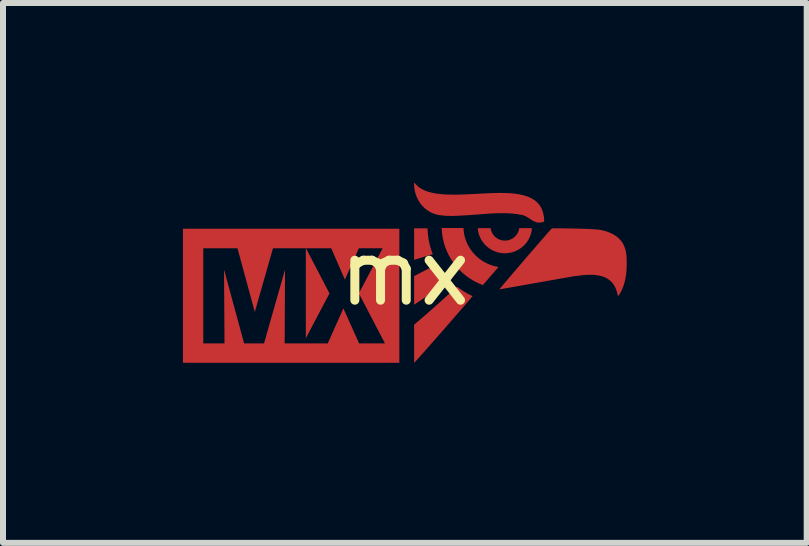
<source format=kicad_pcb>
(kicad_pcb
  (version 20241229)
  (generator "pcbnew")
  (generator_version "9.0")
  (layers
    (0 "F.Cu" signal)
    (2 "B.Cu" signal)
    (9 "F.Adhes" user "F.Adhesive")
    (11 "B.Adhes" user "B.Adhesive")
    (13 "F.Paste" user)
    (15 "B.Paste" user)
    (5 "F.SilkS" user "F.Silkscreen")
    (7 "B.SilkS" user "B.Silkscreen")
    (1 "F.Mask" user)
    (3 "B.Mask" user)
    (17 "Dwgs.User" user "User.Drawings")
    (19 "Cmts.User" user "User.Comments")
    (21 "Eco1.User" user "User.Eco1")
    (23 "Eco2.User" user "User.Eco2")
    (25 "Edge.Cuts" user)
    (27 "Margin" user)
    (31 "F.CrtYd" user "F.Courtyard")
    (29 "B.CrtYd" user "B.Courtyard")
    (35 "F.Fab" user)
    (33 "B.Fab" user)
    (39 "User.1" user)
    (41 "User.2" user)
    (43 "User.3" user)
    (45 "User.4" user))
  (footprint "mx"
    (layer "F.Cu")
    (at 3.699 1.5)
    (property "Reference" "mx" (at 0 0 0) (unlocked yes) (layer "F.SilkS") (effects (font (size 1 1) (thickness 0.15))))
    (attr smd)
    (fp_poly (pts (xy 0.567 -0.109) (xy 0.59 -0.075) (xy 0.613 -0.041) (xy 0.637 -0.008) (xy 0.662 0.025) (xy 0.689 0.056) (xy 0.716 0.087) (xy 0.744 0.117) (xy 0.598 0.221) (xy 0.454 0.325) (xy 0.381 0.376) (xy 0.308 0.428) (xy 0.232 0.479) (xy 0.155 0.53) (xy 0.155 0.053) (xy 0.351 -0.049) (xy 0.445 -0.096) (xy 0.546 -0.145)) (stroke (width -0.000001) (type solid)) (fill yes) (layer "F.Cu"))
    (fp_poly (pts (xy 0.9 0.252) (xy 0.931 0.274) (xy 0.963 0.295) (xy 0.995 0.315) (xy 1.028 0.335) (xy 1.061 0.353) (xy 1.096 0.37) (xy 1.13 0.387) (xy 0.958 0.588) (xy 0.647 0.946) (xy 0.334 1.302) (xy 0.219 1.431) (xy 0.155 1.5) (xy 0.155 0.864) (xy 0.336 0.708) (xy 0.516 0.55) (xy 0.693 0.39) (xy 0.87 0.229)) (stroke (width -0.000001) (type solid)) (fill yes) (layer "F.Cu"))
    (fp_poly (pts (xy 0.38 -0.714) (xy 0.382 -0.686) (xy 0.384 -0.658) (xy 0.387 -0.63) (xy 0.39 -0.602) (xy 0.394 -0.575) (xy 0.399 -0.547) (xy 0.404 -0.52) (xy 0.41 -0.493) (xy 0.417 -0.467) (xy 0.424 -0.44) (xy 0.431 -0.414) (xy 0.439 -0.388) (xy 0.448 -0.362) (xy 0.457 -0.336) (xy 0.466 -0.311) (xy 0.386 -0.288) (xy 0.314 -0.266) (xy 0.155 -0.218) (xy 0.155 -0.743) (xy 0.379 -0.743)) (stroke (width -0.000001) (type solid)) (fill yes) (layer "F.Cu"))
    (fp_poly (pts (xy -0.091 1.499) (xy -3.699 1.499) (xy -3.699 1.175) (xy -3.36 1.175) (xy -3.006 1.175) (xy -3.014 -0.042) (xy -3.01 -0.042) (xy -2.679 1.175) (xy -2.347 1.175) (xy -2.001 -0.042) (xy -1.997 -0.042) (xy -2.003 1.175) (xy -1.285 1.175) (xy -1.024 0.591) (xy -0.762 1.175) (xy -0.331 1.175) (xy -0.766 0.341) (xy -0.37 -0.411) (xy -0.766 -0.411) (xy -0.999 0.112) (xy -1.227 -0.411) (xy -1.648 -0.411) (xy -1.256 0.341) (xy -1.65 1.089) (xy -1.65 -0.411) (xy -2.198 -0.411) (xy -2.499 0.644) (xy -2.503 0.644) (xy -2.79 -0.411) (xy -3.36 -0.411) (xy -3.36 1.175) (xy -3.699 1.175) (xy -3.699 -0.737) (xy -0.091 -0.737)) (stroke (width -0.000001) (type solid)) (fill yes) (layer "F.Cu"))
    (fp_poly (pts (xy 0.98 -0.718) (xy 0.983 -0.688) (xy 0.987 -0.658) (xy 0.993 -0.628) (xy 1.001 -0.599) (xy 1.009 -0.571) (xy 1.019 -0.543) (xy 1.029 -0.515) (xy 1.041 -0.488) (xy 1.054 -0.462) (xy 1.069 -0.436) (xy 1.084 -0.411) (xy 1.1 -0.387) (xy 1.117 -0.363) (xy 1.135 -0.341) (xy 1.154 -0.319) (xy 1.174 -0.298) (xy 1.195 -0.277) (xy 1.217 -0.258) (xy 1.24 -0.239) (xy 1.263 -0.222) (xy 1.287 -0.205) (xy 1.312 -0.19) (xy 1.337 -0.175) (xy 1.363 -0.162) (xy 1.39 -0.149) (xy 1.418 -0.138) (xy 1.446 -0.128) (xy 1.474 -0.119) (xy 1.503 -0.111) (xy 1.533 -0.105) (xy 1.563 -0.1) (xy 1.301 0.203) (xy 1.229 0.173) (xy 1.159 0.139) (xy 1.093 0.099) (xy 1.03 0.055) (xy 0.97 0.006) (xy 0.914 -0.046) (xy 0.862 -0.103) (xy 0.815 -0.163) (xy 0.772 -0.227) (xy 0.733 -0.294) (xy 0.7 -0.364) (xy 0.671 -0.436) (xy 0.649 -0.511) (xy 0.631 -0.589) (xy 0.62 -0.668) (xy 0.614 -0.749) (xy 0.978 -0.749)) (stroke (width -0.000001) (type solid)) (fill yes) (layer "F.Cu"))
    (fp_poly (pts (xy 2.875 -0.739) (xy 3.002 -0.735) (xy 3.119 -0.73) (xy 3.213 -0.723) (xy 3.249 -0.719) (xy 3.276 -0.714) (xy 3.298 -0.709) (xy 3.319 -0.704) (xy 3.34 -0.698) (xy 3.36 -0.692) (xy 3.38 -0.685) (xy 3.4 -0.678) (xy 3.419 -0.67) (xy 3.437 -0.662) (xy 3.455 -0.653) (xy 3.473 -0.644) (xy 3.49 -0.634) (xy 3.506 -0.624) (xy 3.522 -0.613) (xy 3.537 -0.602) (xy 3.552 -0.59) (xy 3.566 -0.577) (xy 3.579 -0.564) (xy 3.592 -0.55) (xy 3.604 -0.536) (xy 3.616 -0.521) (xy 3.626 -0.505) (xy 3.636 -0.488) (xy 3.646 -0.471) (xy 3.654 -0.453) (xy 3.662 -0.434) (xy 3.669 -0.415) (xy 3.676 -0.394) (xy 3.681 -0.373) (xy 3.686 -0.352) (xy 3.69 -0.329) (xy 3.693 -0.306) (xy 3.696 -0.281) (xy 3.696 -0.281) (xy 3.699 -0.207) (xy 3.699 -0.133) (xy 3.699 -0.096) (xy 3.697 -0.059) (xy 3.694 -0.022) (xy 3.69 0.014) (xy 3.685 0.05) (xy 3.679 0.087) (xy 3.672 0.123) (xy 3.663 0.158) (xy 3.652 0.194) (xy 3.64 0.23) (xy 3.626 0.265) (xy 3.61 0.3) (xy 3.604 0.312) (xy 3.598 0.324) (xy 3.591 0.336) (xy 3.588 0.341) (xy 3.584 0.347) (xy 3.581 0.352) (xy 3.577 0.357) (xy 3.573 0.362) (xy 3.569 0.368) (xy 3.565 0.372) (xy 3.561 0.377) (xy 3.557 0.382) (xy 3.552 0.387) (xy 3.548 0.363) (xy 3.542 0.34) (xy 3.537 0.318) (xy 3.53 0.297) (xy 3.523 0.277) (xy 3.515 0.258) (xy 3.507 0.24) (xy 3.498 0.222) (xy 3.488 0.206) (xy 3.478 0.19) (xy 3.467 0.176) (xy 3.456 0.162) (xy 3.444 0.149) (xy 3.432 0.137) (xy 3.419 0.125) (xy 3.405 0.115) (xy 3.391 0.105) (xy 3.377 0.096) (xy 3.362 0.087) (xy 3.347 0.079) (xy 3.331 0.072) (xy 3.315 0.066) (xy 3.298 0.06) (xy 3.281 0.054) (xy 3.263 0.05) (xy 3.245 0.046) (xy 3.227 0.042) (xy 3.209 0.039) (xy 3.189 0.036) (xy 3.17 0.034) (xy 3.15 0.033) (xy 3.13 0.032) (xy 3.089 0.031) (xy 3.047 0.032) (xy 3.004 0.034) (xy 2.96 0.038) (xy 2.915 0.043) (xy 2.869 0.049) (xy 2.822 0.055) (xy 2.775 0.063) (xy 1.574 0.275) (xy 1.73 0.09) (xy 2.01 -0.237) (xy 2.291 -0.562) (xy 2.394 -0.68) (xy 2.452 -0.743) (xy 2.625 -0.743)) (stroke (width -0.000001) (type solid)) (fill yes) (layer "F.Cu"))
    (fp_poly (pts (xy 0.165 -1.5) (xy 0.166 -1.5) (xy 0.166 -1.499) (xy 0.167 -1.499) (xy 0.168 -1.498) (xy 0.168 -1.497) (xy 0.169 -1.496) (xy 0.169 -1.495) (xy 0.17 -1.494) (xy 0.17 -1.493) (xy 0.17 -1.492) (xy 0.171 -1.49) (xy 0.214 -1.446) (xy 0.264 -1.409) (xy 0.321 -1.379) (xy 0.384 -1.355) (xy 0.452 -1.336) (xy 0.525 -1.322) (xy 0.684 -1.307) (xy 0.856 -1.304) (xy 1.037 -1.31) (xy 1.405 -1.329) (xy 1.584 -1.334) (xy 1.753 -1.329) (xy 1.833 -1.321) (xy 1.909 -1.31) (xy 1.98 -1.294) (xy 2.046 -1.273) (xy 2.107 -1.246) (xy 2.161 -1.214) (xy 2.209 -1.174) (xy 2.249 -1.127) (xy 2.281 -1.072) (xy 2.304 -1.008) (xy 2.319 -0.936) (xy 2.324 -0.854) (xy 2.324 -0.854) (xy 2.308 -0.849) (xy 2.293 -0.845) (xy 2.278 -0.842) (xy 2.264 -0.84) (xy 2.251 -0.839) (xy 2.237 -0.839) (xy 2.225 -0.839) (xy 2.213 -0.841) (xy 2.201 -0.843) (xy 2.189 -0.846) (xy 2.178 -0.85) (xy 2.167 -0.854) (xy 2.157 -0.859) (xy 2.146 -0.864) (xy 2.126 -0.875) (xy 2.047 -0.927) (xy 2.026 -0.939) (xy 2.004 -0.949) (xy 1.993 -0.954) (xy 1.982 -0.958) (xy 1.97 -0.962) (xy 1.957 -0.965) (xy 1.876 -0.98) (xy 1.791 -0.99) (xy 1.703 -0.995) (xy 1.614 -0.996) (xy 1.522 -0.995) (xy 1.43 -0.99) (xy 1.245 -0.977) (xy 1.062 -0.963) (xy 0.885 -0.953) (xy 0.801 -0.95) (xy 0.72 -0.951) (xy 0.642 -0.956) (xy 0.569 -0.965) (xy 0.549 -0.969) (xy 0.529 -0.974) (xy 0.509 -0.98) (xy 0.489 -0.986) (xy 0.469 -0.994) (xy 0.45 -1.002) (xy 0.431 -1.011) (xy 0.413 -1.021) (xy 0.395 -1.032) (xy 0.377 -1.044) (xy 0.36 -1.056) (xy 0.343 -1.069) (xy 0.327 -1.083) (xy 0.312 -1.098) (xy 0.297 -1.113) (xy 0.282 -1.13) (xy 0.268 -1.146) (xy 0.255 -1.164) (xy 0.243 -1.182) (xy 0.231 -1.201) (xy 0.22 -1.221) (xy 0.21 -1.241) (xy 0.2 -1.262) (xy 0.192 -1.283) (xy 0.184 -1.305) (xy 0.177 -1.328) (xy 0.171 -1.351) (xy 0.166 -1.374) (xy 0.161 -1.399) (xy 0.158 -1.423) (xy 0.156 -1.449) (xy 0.155 -1.474) (xy 0.154 -1.477) (xy 0.154 -1.479) (xy 0.154 -1.482) (xy 0.154 -1.484) (xy 0.154 -1.486) (xy 0.154 -1.488) (xy 0.155 -1.489) (xy 0.155 -1.491) (xy 0.156 -1.493) (xy 0.156 -1.494) (xy 0.157 -1.495) (xy 0.158 -1.496) (xy 0.158 -1.497) (xy 0.159 -1.498) (xy 0.16 -1.499) (xy 0.161 -1.499) (xy 0.161 -1.5) (xy 0.162 -1.5) (xy 0.163 -1.5) (xy 0.164 -1.5)) (stroke (width -0.000001) (type solid)) (fill yes) (layer "F.Cu"))
    (fp_poly (pts (xy 1.432 -0.736) (xy 1.434 -0.726) (xy 1.437 -0.715) (xy 1.44 -0.705) (xy 1.443 -0.694) (xy 1.447 -0.684) (xy 1.452 -0.675) (xy 1.457 -0.665) (xy 1.462 -0.656) (xy 1.468 -0.647) (xy 1.474 -0.638) (xy 1.48 -0.63) (xy 1.487 -0.622) (xy 1.494 -0.614) (xy 1.501 -0.606) (xy 1.509 -0.599) (xy 1.517 -0.592) (xy 1.526 -0.586) (xy 1.534 -0.579) (xy 1.543 -0.574) (xy 1.553 -0.568) (xy 1.562 -0.563) (xy 1.572 -0.559) (xy 1.582 -0.555) (xy 1.592 -0.551) (xy 1.602 -0.548) (xy 1.613 -0.545) (xy 1.624 -0.543) (xy 1.635 -0.541) (xy 1.646 -0.54) (xy 1.657 -0.539) (xy 1.669 -0.539) (xy 1.68 -0.539) (xy 1.691 -0.54) (xy 1.702 -0.541) (xy 1.713 -0.543) (xy 1.724 -0.545) (xy 1.735 -0.548) (xy 1.745 -0.551) (xy 1.755 -0.555) (xy 1.765 -0.559) (xy 1.775 -0.563) (xy 1.785 -0.568) (xy 1.794 -0.574) (xy 1.803 -0.579) (xy 1.812 -0.586) (xy 1.82 -0.592) (xy 1.828 -0.599) (xy 1.836 -0.606) (xy 1.843 -0.614) (xy 1.851 -0.622) (xy 1.857 -0.63) (xy 1.864 -0.638) (xy 1.87 -0.647) (xy 1.875 -0.656) (xy 1.881 -0.665) (xy 1.886 -0.675) (xy 1.89 -0.684) (xy 1.894 -0.694) (xy 1.898 -0.705) (xy 1.901 -0.715) (xy 1.903 -0.726) (xy 1.905 -0.736) (xy 1.907 -0.747) (xy 2.119 -0.747) (xy 2.117 -0.726) (xy 2.114 -0.704) (xy 2.11 -0.683) (xy 2.105 -0.662) (xy 2.099 -0.642) (xy 2.092 -0.622) (xy 2.084 -0.602) (xy 2.076 -0.583) (xy 2.066 -0.564) (xy 2.056 -0.546) (xy 2.045 -0.529) (xy 2.033 -0.512) (xy 2.02 -0.495) (xy 2.006 -0.479) (xy 1.992 -0.464) (xy 1.977 -0.45) (xy 1.962 -0.436) (xy 1.946 -0.423) (xy 1.929 -0.41) (xy 1.912 -0.399) (xy 1.894 -0.388) (xy 1.875 -0.378) (xy 1.857 -0.369) (xy 1.837 -0.36) (xy 1.817 -0.353) (xy 1.797 -0.347) (xy 1.776 -0.341) (xy 1.755 -0.336) (xy 1.734 -0.333) (xy 1.712 -0.33) (xy 1.69 -0.328) (xy 1.668 -0.328) (xy 1.668 -0.328) (xy 1.645 -0.328) (xy 1.623 -0.33) (xy 1.602 -0.333) (xy 1.58 -0.336) (xy 1.559 -0.341) (xy 1.538 -0.347) (xy 1.518 -0.353) (xy 1.498 -0.36) (xy 1.479 -0.369) (xy 1.46 -0.378) (xy 1.442 -0.388) (xy 1.424 -0.399) (xy 1.406 -0.41) (xy 1.39 -0.423) (xy 1.374 -0.436) (xy 1.358 -0.45) (xy 1.343 -0.464) (xy 1.329 -0.479) (xy 1.316 -0.495) (xy 1.303 -0.512) (xy 1.291 -0.529) (xy 1.28 -0.546) (xy 1.269 -0.564) (xy 1.26 -0.583) (xy 1.251 -0.602) (xy 1.243 -0.622) (xy 1.236 -0.642) (xy 1.23 -0.662) (xy 1.225 -0.683) (xy 1.221 -0.704) (xy 1.218 -0.726) (xy 1.216 -0.747) (xy 1.43 -0.747)) (stroke (width -0.000001) (type solid)) (fill yes) (layer "F.Cu")))
  (gr_rect
    (start -3 -3)
    (end 10.399 6)
    (stroke (width 0.1) (type default))
    (fill no)
    (layer "Edge.Cuts")))
</source>
